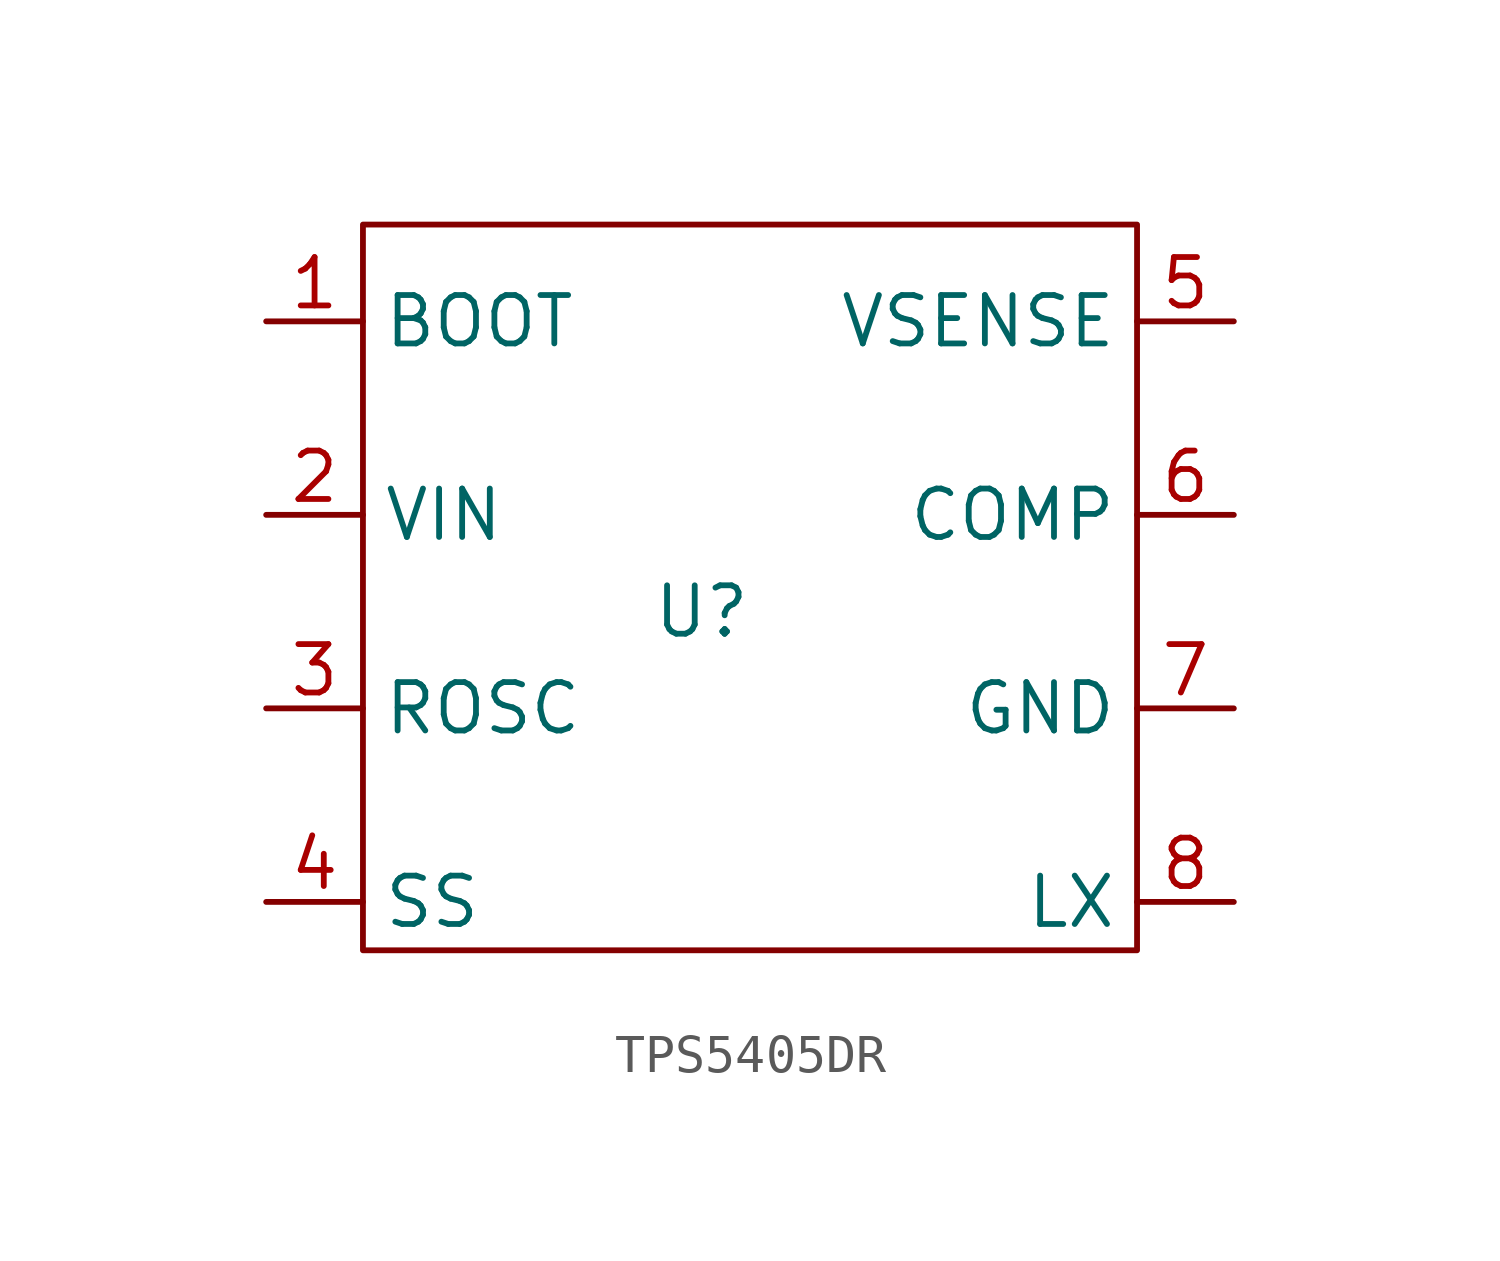
<source format=kicad_sym>
(kicad_symbol_lib
  (version 20220914)
  (generator kicad_symbol_editor)
  (symbol "TPS5405DR"
    (property "Reference" "U"
      (at 3.81 -2.54 0)
      (effects (font (size 1.27 1.27))))
    (property "Value" ""
      (at -7.62 0 0)
      (effects (font (size 1.27 1.27))))
    (symbol "TPS5405DR_0_1"
      (rectangle (start -5.08 7.62) (end 15.24 -11.43) (stroke (width 0) (type default)) (fill (type none))))
    (symbol "TPS5405DR_1_1"
      (pin input line (at -7.62 5.08 0) (length 2.54) (name "BOOT" (effects (font (size 1.27 1.27)))) (number "1" (effects (font (size 1.27 1.27)))))
      (pin input line (at -7.62 0 0) (length 2.54) (name "VIN" (effects (font (size 1.27 1.27)))) (number "2" (effects (font (size 1.27 1.27)))))
      (pin input line (at -7.62 -5.08 0) (length 2.54) (name "ROSC" (effects (font (size 1.27 1.27)))) (number "3" (effects (font (size 1.27 1.27)))))
      (pin input line (at -7.62 -10.16 0) (length 2.54) (name "SS" (effects (font (size 1.27 1.27)))) (number "4" (effects (font (size 1.27 1.27)))))
      (pin input line (at 17.78 5.08 180) (length 2.54) (name "VSENSE" (effects (font (size 1.27 1.27)))) (number "5" (effects (font (size 1.27 1.27)))))
      (pin input line (at 17.78 0 180) (length 2.54) (name "COMP" (effects (font (size 1.27 1.27)))) (number "6" (effects (font (size 1.27 1.27)))))
      (pin input line (at 17.78 -5.08 180) (length 2.54) (name "GND" (effects (font (size 1.27 1.27)))) (number "7" (effects (font (size 1.27 1.27)))))
      (pin input line (at 17.78 -10.16 180) (length 2.54) (name "LX" (effects (font (size 1.27 1.27)))) (number "8" (effects (font (size 1.27 1.27))))))))
</source>
